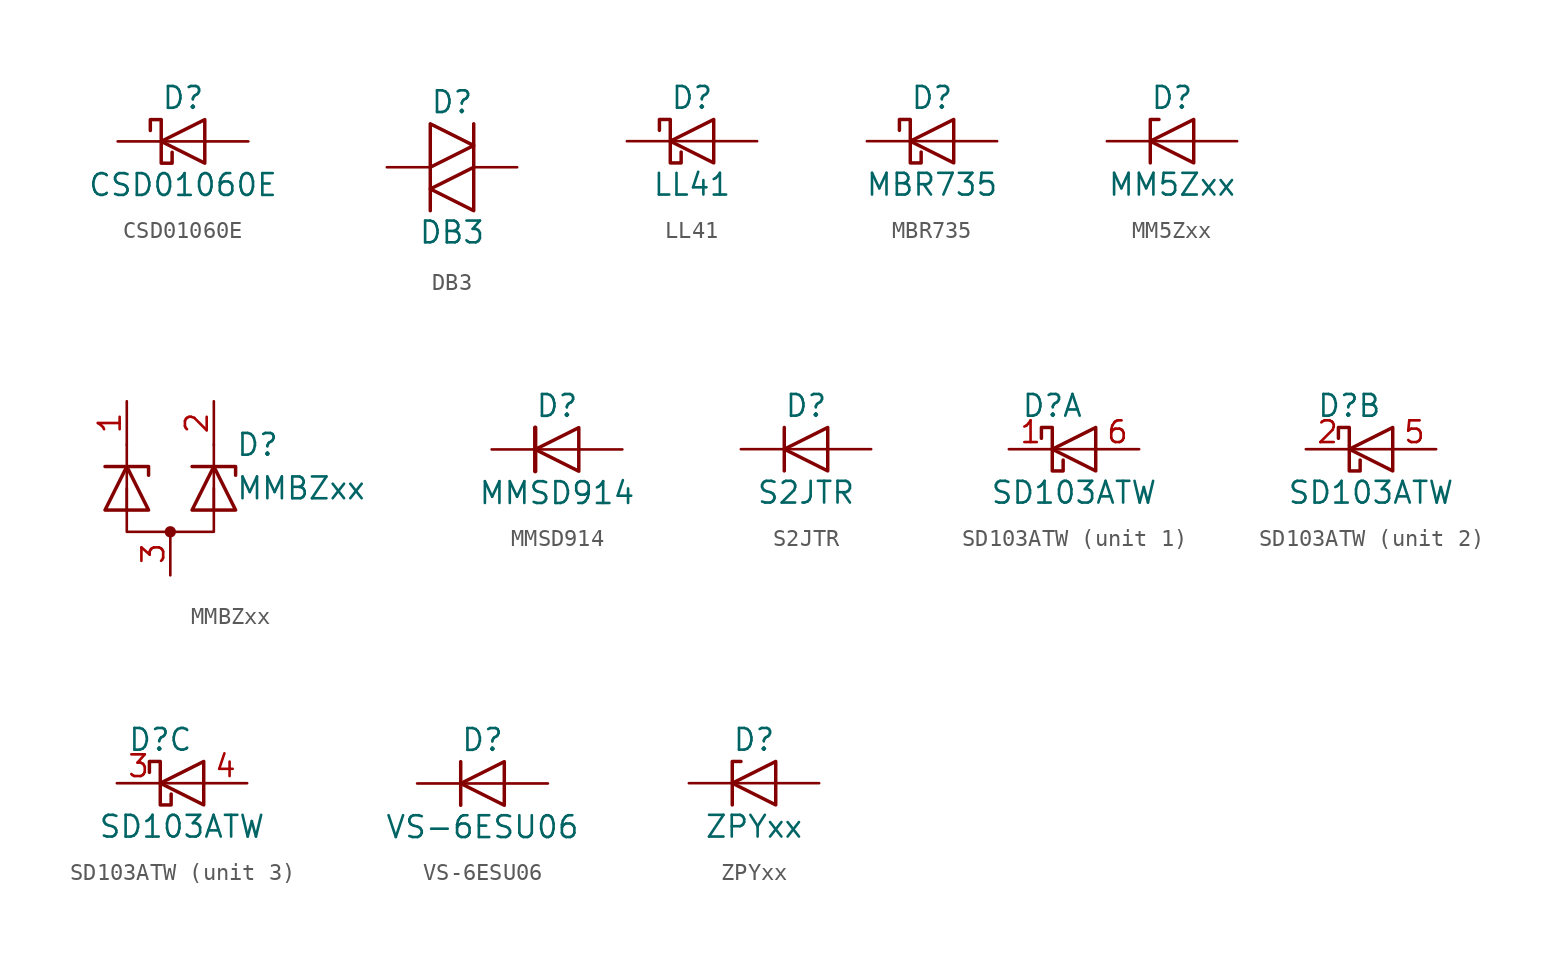
<source format=kicad_sym>
(kicad_symbol_lib
  (version 20211014)
  (generator kicad_symbol_editor)
  (symbol "CSD01060E"
    (pin_numbers hide)
    (pin_names
      (offset 1.016) hide)
    (property "Reference" "D"
      (at 0 2.54 0)
      (effects (font (size 1.27 1.27))))
    (property "Value" "CSD01060E"
      (at 0 -2.54 0)
      (effects (font (size 1.27 1.27))))
    (symbol "CSD01060E_0_1"
      (polyline (pts (xy 1.27 0) (xy -1.27 0)) (stroke (width 0) (type default) (color 0 0 0 0)) (fill (type none)))
      (polyline (pts (xy 1.27 1.27) (xy 1.27 -1.27) (xy -1.27 0) (xy 1.27 1.27)) (stroke (width 0.203) (type default) (color 0 0 0 0)) (fill (type none)))
      (polyline (pts (xy -1.905 0.635) (xy -1.905 1.27) (xy -1.27 1.27) (xy -1.27 -1.27) (xy -0.635 -1.27) (xy -0.635 -0.635)) (stroke (width 0.203) (type default) (color 0 0 0 0)) (fill (type none))))
    (symbol "CSD01060E_1_1"
      (pin passive line (at -3.81 0 0) (length 2.54) (name "K" (effects (font (size 1.27 1.27)))) (number "1" (effects (font (size 1.27 1.27)))))
      (pin passive line (at 3.81 0 180) (length 2.54) (name "A" (effects (font (size 1.27 1.27)))) (number "2" (effects (font (size 1.27 1.27)))))))
  (symbol "DB3"
    (pin_numbers hide)
    (pin_names
      (offset 1.016) hide)
    (property "Reference" "D"
      (at 0 3.81 0)
      (effects (font (size 1.27 1.27))))
    (property "Value" "DB3"
      (at 0 -3.81 0)
      (effects (font (size 1.27 1.27))))
    (symbol "DB3_0_1"
      (polyline (pts (xy -1.27 0) (xy -1.27 -2.54)) (stroke (width 0.203) (type default) (color 0 0 0 0)) (fill (type none)))
      (polyline (pts (xy 1.27 2.54) (xy 1.27 0)) (stroke (width 0.203) (type default) (color 0 0 0 0)) (fill (type none)))
      (polyline (pts (xy -1.27 2.54) (xy -1.27 0) (xy 1.27 1.27) (xy -1.27 2.54)) (stroke (width 0.203) (type default) (color 0 0 0 0)) (fill (type none)))
      (polyline (pts (xy 1.27 0) (xy 1.27 -2.54) (xy -1.27 -1.27) (xy 1.27 0)) (stroke (width 0.203) (type default) (color 0 0 0 0)) (fill (type none))))
    (symbol "DB3_1_1"
      (pin passive line (at -3.81 0 0) (length 2.54) (name "K" (effects (font (size 1.27 1.27)))) (number "1" (effects (font (size 1.27 1.27)))))
      (pin passive line (at 3.81 0 180) (length 2.54) (name "A" (effects (font (size 1.27 1.27)))) (number "2" (effects (font (size 1.27 1.27)))))))
  (symbol "LL41"
    (pin_numbers hide)
    (pin_names
      (offset 1.016) hide)
    (property "Reference" "D"
      (at 0 2.54 0)
      (effects (font (size 1.27 1.27))))
    (property "Value" "LL41"
      (at 0 -2.54 0)
      (effects (font (size 1.27 1.27))))
    (symbol "LL41_0_1"
      (polyline (pts (xy 1.27 0) (xy -1.27 0)) (stroke (width 0) (type default) (color 0 0 0 0)) (fill (type none)))
      (polyline (pts (xy 1.27 1.27) (xy 1.27 -1.27) (xy -1.27 0) (xy 1.27 1.27)) (stroke (width 0.203) (type default) (color 0 0 0 0)) (fill (type none)))
      (polyline (pts (xy -1.905 0.635) (xy -1.905 1.27) (xy -1.27 1.27) (xy -1.27 -1.27) (xy -0.635 -1.27) (xy -0.635 -0.635)) (stroke (width 0.203) (type default) (color 0 0 0 0)) (fill (type none))))
    (symbol "LL41_1_1"
      (pin passive line (at -3.81 0 0) (length 2.54) (name "K" (effects (font (size 1.27 1.27)))) (number "1" (effects (font (size 1.27 1.27)))))
      (pin passive line (at 3.81 0 180) (length 2.54) (name "A" (effects (font (size 1.27 1.27)))) (number "2" (effects (font (size 1.27 1.27)))))))
  (symbol "MBR735"
    (pin_numbers hide)
    (pin_names
      (offset 1.016) hide)
    (property "Reference" "D"
      (at 0 2.54 0)
      (effects (font (size 1.27 1.27))))
    (property "Value" "MBR735"
      (at 0 -2.54 0)
      (effects (font (size 1.27 1.27))))
    (symbol "MBR735_0_1"
      (polyline (pts (xy 1.27 0) (xy -1.27 0)) (stroke (width 0) (type default) (color 0 0 0 0)) (fill (type none)))
      (polyline (pts (xy 1.27 1.27) (xy 1.27 -1.27) (xy -1.27 0) (xy 1.27 1.27)) (stroke (width 0.203) (type default) (color 0 0 0 0)) (fill (type none)))
      (polyline (pts (xy -1.905 0.635) (xy -1.905 1.27) (xy -1.27 1.27) (xy -1.27 -1.27) (xy -0.635 -1.27) (xy -0.635 -0.635)) (stroke (width 0.203) (type default) (color 0 0 0 0)) (fill (type none))))
    (symbol "MBR735_1_1"
      (pin passive line (at -3.81 0 0) (length 2.54) (name "K" (effects (font (size 1.27 1.27)))) (number "1" (effects (font (size 1.27 1.27)))))
      (pin passive line (at 3.81 0 180) (length 2.54) (name "A" (effects (font (size 1.27 1.27)))) (number "2" (effects (font (size 1.27 1.27)))))))
  (symbol "MM5Zxx"
    (pin_numbers hide)
    (pin_names
      (offset 1.016) hide)
    (property "Reference" "D"
      (at 0 2.54 0)
      (effects (font (size 1.27 1.27))))
    (property "Value" "MM5Zxx"
      (at 0 -2.54 0)
      (effects (font (size 1.27 1.27))))
    (symbol "MM5Zxx_0_1"
      (polyline (pts (xy 1.27 0) (xy -1.27 0)) (stroke (width 0) (type default) (color 0 0 0 0)) (fill (type none)))
      (polyline (pts (xy -1.27 -1.27) (xy -1.27 1.27) (xy -0.762 1.27)) (stroke (width 0.203) (type default) (color 0 0 0 0)) (fill (type none)))
      (polyline (pts (xy 1.27 -1.27) (xy 1.27 1.27) (xy -1.27 0) (xy 1.27 -1.27)) (stroke (width 0.203) (type default) (color 0 0 0 0)) (fill (type none))))
    (symbol "MM5Zxx_1_1"
      (pin passive line (at -3.81 0 0) (length 2.54) (name "K" (effects (font (size 1.27 1.27)))) (number "1" (effects (font (size 1.27 1.27)))))
      (pin passive line (at 3.81 0 180) (length 2.54) (name "A" (effects (font (size 1.27 1.27)))) (number "2" (effects (font (size 1.27 1.27)))))))
  (symbol "MMBZxx"
    (pin_names
      (offset 1.016) hide)
    (property "Reference" "D"
      (at 3.81 2.54 0)
      (effects (font (size 1.27 1.27)) (justify left)))
    (property "Value" "MMBZxx"
      (at 3.81 0 0)
      (effects (font (size 1.27 1.27)) (justify left)))
    (symbol "MMBZxx_0_1"
      (circle (center 0 -2.54) (radius 0.254) (stroke (width 0) (type default) (color 0 0 0 0)) (fill (type outline)))
      (polyline (pts (xy -2.54 -1.27) (xy -2.54 2.54)) (stroke (width 0) (type default) (color 0 0 0 0)) (fill (type none)))
      (polyline (pts (xy 2.54 -1.27) (xy 2.54 2.54)) (stroke (width 0) (type default) (color 0 0 0 0)) (fill (type none)))
      (polyline (pts (xy -3.81 1.27) (xy -1.27 1.27) (xy -1.27 0.762)) (stroke (width 0.203) (type default) (color 0 0 0 0)) (fill (type none)))
      (polyline (pts (xy 1.27 1.27) (xy 3.81 1.27) (xy 3.81 0.762)) (stroke (width 0.203) (type default) (color 0 0 0 0)) (fill (type none)))
      (polyline (pts (xy -2.54 0) (xy -2.54 -2.54) (xy 2.54 -2.54) (xy 2.54 0)) (stroke (width 0) (type default) (color 0 0 0 0)) (fill (type none))))
    (symbol "MMBZxx_1_1"
      (polyline (pts (xy -3.81 -1.27) (xy -1.27 -1.27) (xy -2.54 1.27) (xy -3.81 -1.27)) (stroke (width 0.203) (type default) (color 0 0 0 0)) (fill (type none)))
      (polyline (pts (xy 1.27 -1.27) (xy 3.81 -1.27) (xy 2.54 1.27) (xy 1.27 -1.27)) (stroke (width 0.203) (type default) (color 0 0 0 0)) (fill (type none)))
      (pin passive line (at -2.54 5.08 270) (length 2.54) (name "K" (effects (font (size 1.27 1.27)))) (number "1" (effects (font (size 1.27 1.27)))))
      (pin passive line (at 2.54 5.08 270) (length 2.54) (name "K" (effects (font (size 1.27 1.27)))) (number "2" (effects (font (size 1.27 1.27)))))
      (pin passive line (at 0 -5.08 90) (length 2.54) (name "A" (effects (font (size 1.27 1.27)))) (number "3" (effects (font (size 1.27 1.27)))))))
  (symbol "MMSD914"
    (pin_numbers hide)
    (pin_names
      (offset 1.016) hide)
    (property "Reference" "D"
      (at 0 2.54 0)
      (effects (font (size 1.27 1.27))))
    (property "Value" "MMSD914"
      (at 0 -2.54 0)
      (effects (font (size 1.27 1.27))))
    (symbol "MMSD914_0_1"
      (polyline (pts (xy -1.27 1.27) (xy -1.27 -1.27)) (stroke (width 0.254) (type default) (color 0 0 0 0)) (fill (type none)))
      (polyline (pts (xy 1.27 0) (xy -1.27 0)) (stroke (width 0) (type default) (color 0 0 0 0)) (fill (type none)))
      (polyline (pts (xy 1.27 1.27) (xy 1.27 -1.27) (xy -1.27 0) (xy 1.27 1.27)) (stroke (width 0.203) (type default) (color 0 0 0 0)) (fill (type none))))
    (symbol "MMSD914_1_1"
      (pin passive line (at -3.81 0 0) (length 2.54) (name "K" (effects (font (size 1.27 1.27)))) (number "1" (effects (font (size 1.27 1.27)))))
      (pin passive line (at 3.81 0 180) (length 2.54) (name "A" (effects (font (size 1.27 1.27)))) (number "2" (effects (font (size 1.27 1.27)))))))
  (symbol "S2JTR"
    (pin_numbers hide)
    (pin_names
      (offset 1.016) hide)
    (property "Reference" "D"
      (at 0 2.54 0)
      (effects (font (size 1.27 1.27))))
    (property "Value" "S2JTR"
      (at 0 -2.54 0)
      (effects (font (size 1.27 1.27))))
    (symbol "S2JTR_0_1"
      (polyline (pts (xy -1.27 1.27) (xy -1.27 -1.27)) (stroke (width 0.203) (type default) (color 0 0 0 0)) (fill (type none)))
      (polyline (pts (xy 1.27 0) (xy -1.27 0)) (stroke (width 0) (type default) (color 0 0 0 0)) (fill (type none)))
      (polyline (pts (xy 1.27 1.27) (xy 1.27 -1.27) (xy -1.27 0) (xy 1.27 1.27)) (stroke (width 0.203) (type default) (color 0 0 0 0)) (fill (type none))))
    (symbol "S2JTR_1_1"
      (pin passive line (at -3.81 0 0) (length 2.54) (name "K" (effects (font (size 1.27 1.27)))) (number "1" (effects (font (size 1.27 1.27)))))
      (pin passive line (at 3.81 0 180) (length 2.54) (name "A" (effects (font (size 1.27 1.27)))) (number "2" (effects (font (size 1.27 1.27)))))))
  (symbol "SD103ATW"
    (pin_names hide)
    (property "Reference" "D"
      (at -1.27 2.54 0)
      (effects (font (size 1.27 1.27))))
    (property "Value" "SD103ATW"
      (at 0 -2.54 0)
      (effects (font (size 1.27 1.27))))
    (symbol "SD103ATW_0_1"
      (polyline (pts (xy 1.27 0) (xy -1.27 0)) (stroke (width 0) (type default) (color 0 0 0 0)) (fill (type none)))
      (polyline (pts (xy 1.27 1.27) (xy 1.27 -1.27) (xy -1.27 0) (xy 1.27 1.27)) (stroke (width 0.203) (type default) (color 0 0 0 0)) (fill (type none)))
      (polyline (pts (xy -1.905 0.635) (xy -1.905 1.27) (xy -1.27 1.27) (xy -1.27 -1.27) (xy -0.635 -1.27) (xy -0.635 -0.635)) (stroke (width 0.203) (type default) (color 0 0 0 0)) (fill (type none))))
    (symbol "SD103ATW_1_1"
      (pin passive line (at -3.81 0 0) (length 2.54) (name "K" (effects (font (size 1.27 1.27)))) (number "1" (effects (font (size 1.27 1.27)))))
      (pin passive line (at 3.81 0 180) (length 2.54) (name "A" (effects (font (size 1.27 1.27)))) (number "6" (effects (font (size 1.27 1.27))))))
    (symbol "SD103ATW_2_1"
      (pin passive line (at -3.81 0 0) (length 2.54) (name "K" (effects (font (size 1.27 1.27)))) (number "2" (effects (font (size 1.27 1.27)))))
      (pin passive line (at 3.81 0 180) (length 2.54) (name "A" (effects (font (size 1.27 1.27)))) (number "5" (effects (font (size 1.27 1.27))))))
    (symbol "SD103ATW_3_1"
      (pin passive line (at -3.81 0 0) (length 2.54) (name "K" (effects (font (size 1.27 1.27)))) (number "3" (effects (font (size 1.27 1.27)))))
      (pin passive line (at 3.81 0 180) (length 2.54) (name "A" (effects (font (size 1.27 1.27)))) (number "4" (effects (font (size 1.27 1.27)))))))
  (symbol "VS-6ESU06"
    (pin_numbers hide)
    (pin_names hide)
    (property "Reference" "D"
      (at 0 2.54 0)
      (effects (font (size 1.27 1.27))))
    (property "Value" "VS-6ESU06"
      (at 0 -2.54 0)
      (effects (font (size 1.27 1.27))))
    (symbol "VS-6ESU06_0_1"
      (polyline (pts (xy -1.27 1.27) (xy -1.27 -1.27)) (stroke (width 0.203) (type default) (color 0 0 0 0)) (fill (type none)))
      (polyline (pts (xy 1.27 0) (xy -1.27 0)) (stroke (width 0) (type default) (color 0 0 0 0)) (fill (type none)))
      (polyline (pts (xy 1.27 1.27) (xy 1.27 -1.27) (xy -1.27 0) (xy 1.27 1.27)) (stroke (width 0.203) (type default) (color 0 0 0 0)) (fill (type none))))
    (symbol "VS-6ESU06_1_1"
      (pin passive line (at 3.81 0 180) (length 2.54) (name "A" (effects (font (size 1.27 1.27)))) (number "1" (effects (font (size 1.27 1.27)))))
      (pin passive line (at 3.81 0 180) (length 2.54) hide (name "A" (effects (font (size 1.27 1.27)))) (number "2" (effects (font (size 1.27 1.27)))))
      (pin passive line (at -3.81 0 0) (length 2.54) (name "K" (effects (font (size 1.27 1.27)))) (number "3" (effects (font (size 1.27 1.27)))))))
  (symbol "ZPYxx"
    (pin_numbers hide)
    (pin_names
      (offset 1.016) hide)
    (property "Reference" "D"
      (at 0 2.54 0)
      (effects (font (size 1.27 1.27))))
    (property "Value" "ZPYxx"
      (at 0 -2.54 0)
      (effects (font (size 1.27 1.27))))
    (symbol "ZPYxx_0_1"
      (polyline (pts (xy 1.27 0) (xy -1.27 0)) (stroke (width 0) (type default) (color 0 0 0 0)) (fill (type none)))
      (polyline (pts (xy -1.27 -1.27) (xy -1.27 1.27) (xy -0.762 1.27)) (stroke (width 0.203) (type default) (color 0 0 0 0)) (fill (type none)))
      (polyline (pts (xy 1.27 -1.27) (xy 1.27 1.27) (xy -1.27 0) (xy 1.27 -1.27)) (stroke (width 0.203) (type default) (color 0 0 0 0)) (fill (type none))))
    (symbol "ZPYxx_1_1"
      (pin passive line (at -3.81 0 0) (length 2.54) (name "K" (effects (font (size 1.27 1.27)))) (number "1" (effects (font (size 1.27 1.27)))))
      (pin passive line (at 3.81 0 180) (length 2.54) (name "A" (effects (font (size 1.27 1.27)))) (number "2" (effects (font (size 1.27 1.27))))))))
</source>
